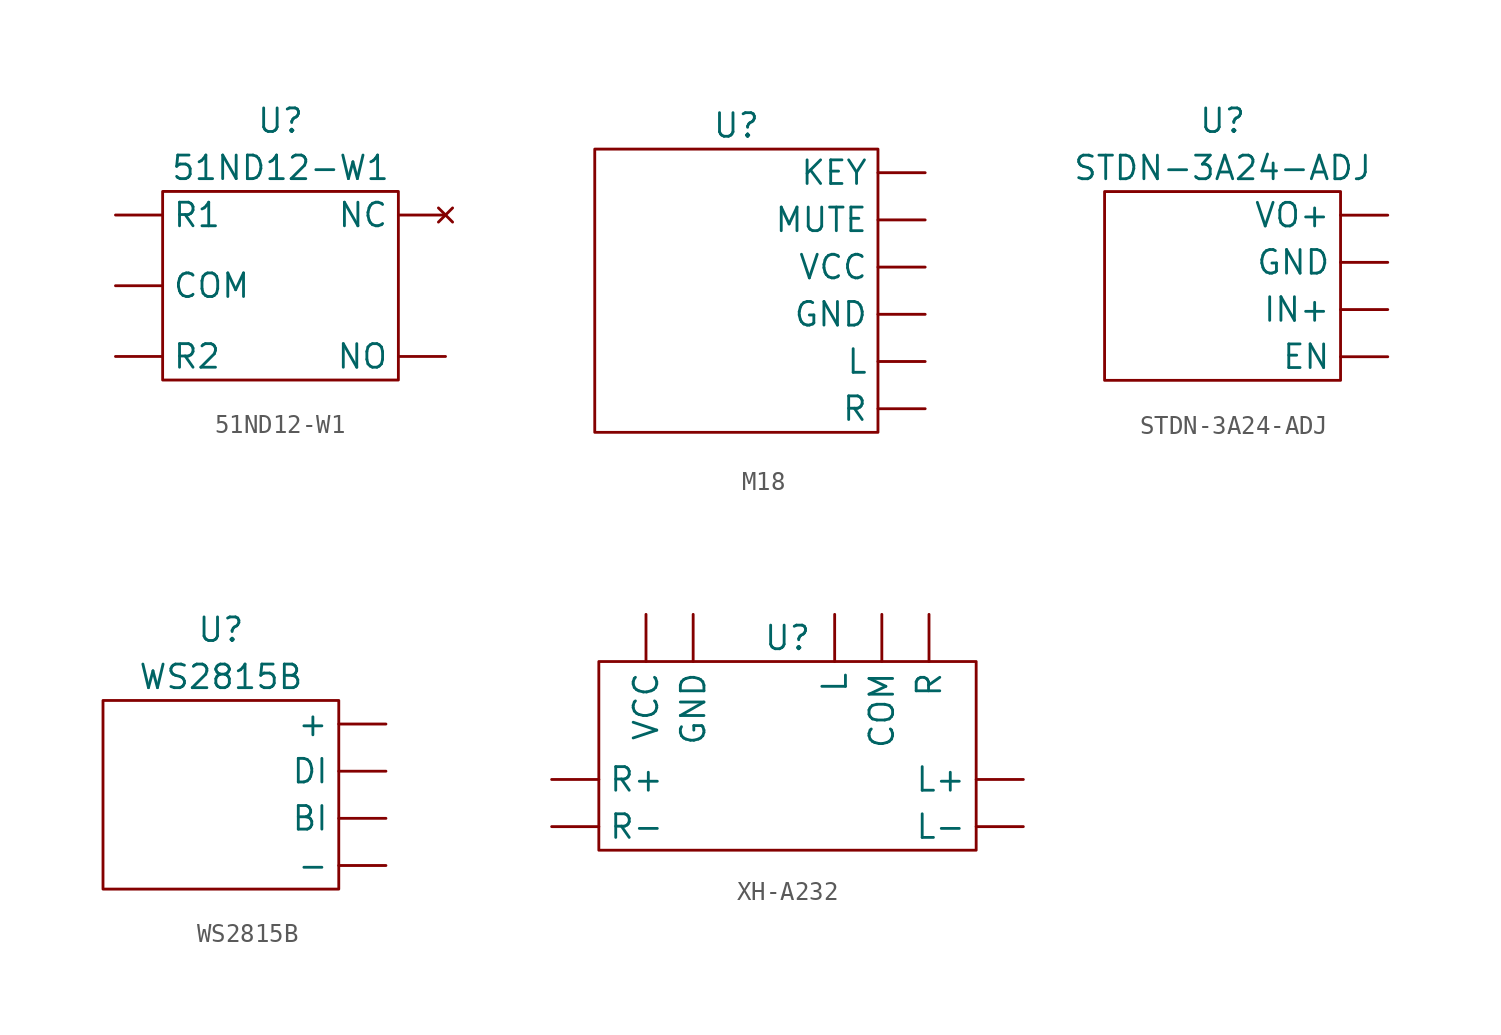
<source format=kicad_sym>
(kicad_symbol_lib
  (version 20220914)
  (generator kicad_symbol_editor)
  (symbol "51ND12-W1"
    (property "Reference" "U"
      (at 0 3.81 0)
      (effects (font (size 1.27 1.27))))
    (property "Value" "51ND12-W1"
      (at 0 1.27 0)
      (effects (font (size 1.27 1.27))))
    (symbol "51ND12-W1_0_1"
      (rectangle (start -6.35 0) (end 6.35 -10.16) (stroke (width 0) (type default)) (fill (type none))))
    (symbol "51ND12-W1_1_1"
      (pin power_in line (at -8.89 -5.08 0) (length 2.54) (name "COM" (effects (font (size 1.27 1.27)))) (number "" (effects (font (size 1.27 1.27)))))
      (pin no_connect line (at 8.89 -1.27 180) (length 2.54) (name "NC" (effects (font (size 1.27 1.27)))) (number "" (effects (font (size 1.27 1.27)))))
      (pin power_in line (at 8.89 -8.89 180) (length 2.54) (name "NO" (effects (font (size 1.27 1.27)))) (number "" (effects (font (size 1.27 1.27)))))
      (pin power_in line (at -8.89 -1.27 0) (length 2.54) (name "R1" (effects (font (size 1.27 1.27)))) (number "" (effects (font (size 1.27 1.27)))))
      (pin power_in line (at -8.89 -8.89 0) (length 2.54) (name "R2" (effects (font (size 1.27 1.27)))) (number "" (effects (font (size 1.27 1.27)))))))
  (symbol "M18"
    (property "Reference" "U"
      (at 0 1.27 0)
      (effects (font (size 1.27 1.27))))
    (property "Value" ""
      (at 0 0 0)
      (effects (font (size 1.27 1.27))))
    (symbol "M18_0_1"
      (rectangle (start -7.62 0) (end 7.62 -15.24) (stroke (width 0) (type default)) (fill (type none))))
    (symbol "M18_1_1"
      (pin input line (at 10.16 -8.89 180) (length 2.54) (name "GND" (effects (font (size 1.27 1.27)))) (number "" (effects (font (size 1.27 1.27)))))
      (pin input line (at 10.16 -1.27 180) (length 2.54) (name "KEY" (effects (font (size 1.27 1.27)))) (number "" (effects (font (size 1.27 1.27)))))
      (pin input line (at 10.16 -11.43 180) (length 2.54) (name "L" (effects (font (size 1.27 1.27)))) (number "" (effects (font (size 1.27 1.27)))))
      (pin input line (at 10.16 -3.81 180) (length 2.54) (name "MUTE" (effects (font (size 1.27 1.27)))) (number "" (effects (font (size 1.27 1.27)))))
      (pin input line (at 10.16 -13.97 180) (length 2.54) (name "R" (effects (font (size 1.27 1.27)))) (number "" (effects (font (size 1.27 1.27)))))
      (pin input line (at 10.16 -6.35 180) (length 2.54) (name "VCC" (effects (font (size 1.27 1.27)))) (number "" (effects (font (size 1.27 1.27)))))))
  (symbol "STDN-3A24-ADJ"
    (property "Reference" "U"
      (at 0 3.81 0)
      (effects (font (size 1.27 1.27))))
    (property "Value" "STDN-3A24-ADJ"
      (at 0 1.27 0)
      (effects (font (size 1.27 1.27))))
    (symbol "STDN-3A24-ADJ_0_1"
      (rectangle (start -6.35 0) (end 6.35 -10.16) (stroke (width 0) (type default)) (fill (type none))))
    (symbol "STDN-3A24-ADJ_1_1"
      (pin input line (at 8.89 -8.89 180) (length 2.54) (name "EN" (effects (font (size 1.27 1.27)))) (number "" (effects (font (size 1.27 1.27)))))
      (pin power_in line (at 8.89 -3.81 180) (length 2.54) (name "GND" (effects (font (size 1.27 1.27)))) (number "" (effects (font (size 1.27 1.27)))))
      (pin power_in line (at 8.89 -6.35 180) (length 2.54) (name "IN+" (effects (font (size 1.27 1.27)))) (number "" (effects (font (size 1.27 1.27)))))
      (pin power_out line (at 8.89 -1.27 180) (length 2.54) (name "VO+" (effects (font (size 1.27 1.27)))) (number "" (effects (font (size 1.27 1.27)))))))
  (symbol "WS2815B"
    (property "Reference" "U"
      (at 0 3.81 0)
      (effects (font (size 1.27 1.27))))
    (property "Value" "WS2815B"
      (at 0 1.27 0)
      (effects (font (size 1.27 1.27))))
    (symbol "WS2815B_0_1"
      (rectangle (start -6.35 0) (end 6.35 -10.16) (stroke (width 0) (type default)) (fill (type none))))
    (symbol "WS2815B_1_1"
      (pin power_in line (at 8.89 -1.27 180) (length 2.54) (name "+" (effects (font (size 1.27 1.27)))) (number "" (effects (font (size 1.27 1.27)))))
      (pin power_in line (at 8.89 -8.89 180) (length 2.54) (name "-" (effects (font (size 1.27 1.27)))) (number "" (effects (font (size 1.27 1.27)))))
      (pin input line (at 8.89 -6.35 180) (length 2.54) (name "BI" (effects (font (size 1.27 1.27)))) (number "" (effects (font (size 1.27 1.27)))))
      (pin input line (at 8.89 -3.81 180) (length 2.54) (name "DI" (effects (font (size 1.27 1.27)))) (number "" (effects (font (size 1.27 1.27)))))))
  (symbol "XH-A232"
    (property "Reference" "U"
      (at 0 1.27 0)
      (effects (font (size 1.27 1.27))))
    (property "Value" ""
      (at 0 0 0)
      (effects (font (size 1.27 1.27))))
    (symbol "XH-A232_0_1"
      (rectangle (start -10.16 0) (end 10.16 -10.16) (stroke (width 0) (type default)) (fill (type none))))
    (symbol "XH-A232_1_1"
      (pin input line (at 5.08 2.54 270) (length 2.54) (name "COM" (effects (font (size 1.27 1.27)))) (number "" (effects (font (size 1.27 1.27)))))
      (pin power_in line (at -5.08 2.54 270) (length 2.54) (name "GND" (effects (font (size 1.27 1.27)))) (number "" (effects (font (size 1.27 1.27)))))
      (pin input line (at 2.54 2.54 270) (length 2.54) (name "L" (effects (font (size 1.27 1.27)))) (number "" (effects (font (size 1.27 1.27)))))
      (pin output line (at 12.7 -6.35 180) (length 2.54) (name "L+" (effects (font (size 1.27 1.27)))) (number "" (effects (font (size 1.27 1.27)))))
      (pin output line (at 12.7 -8.89 180) (length 2.54) (name "L-" (effects (font (size 1.27 1.27)))) (number "" (effects (font (size 1.27 1.27)))))
      (pin input line (at 7.62 2.54 270) (length 2.54) (name "R" (effects (font (size 1.27 1.27)))) (number "" (effects (font (size 1.27 1.27)))))
      (pin output line (at -12.7 -6.35 0) (length 2.54) (name "R+" (effects (font (size 1.27 1.27)))) (number "" (effects (font (size 1.27 1.27)))))
      (pin output line (at -12.7 -8.89 0) (length 2.54) (name "R-" (effects (font (size 1.27 1.27)))) (number "" (effects (font (size 1.27 1.27)))))
      (pin power_in line (at -7.62 2.54 270) (length 2.54) (name "VCC" (effects (font (size 1.27 1.27)))) (number "" (effects (font (size 1.27 1.27))))))))
</source>
